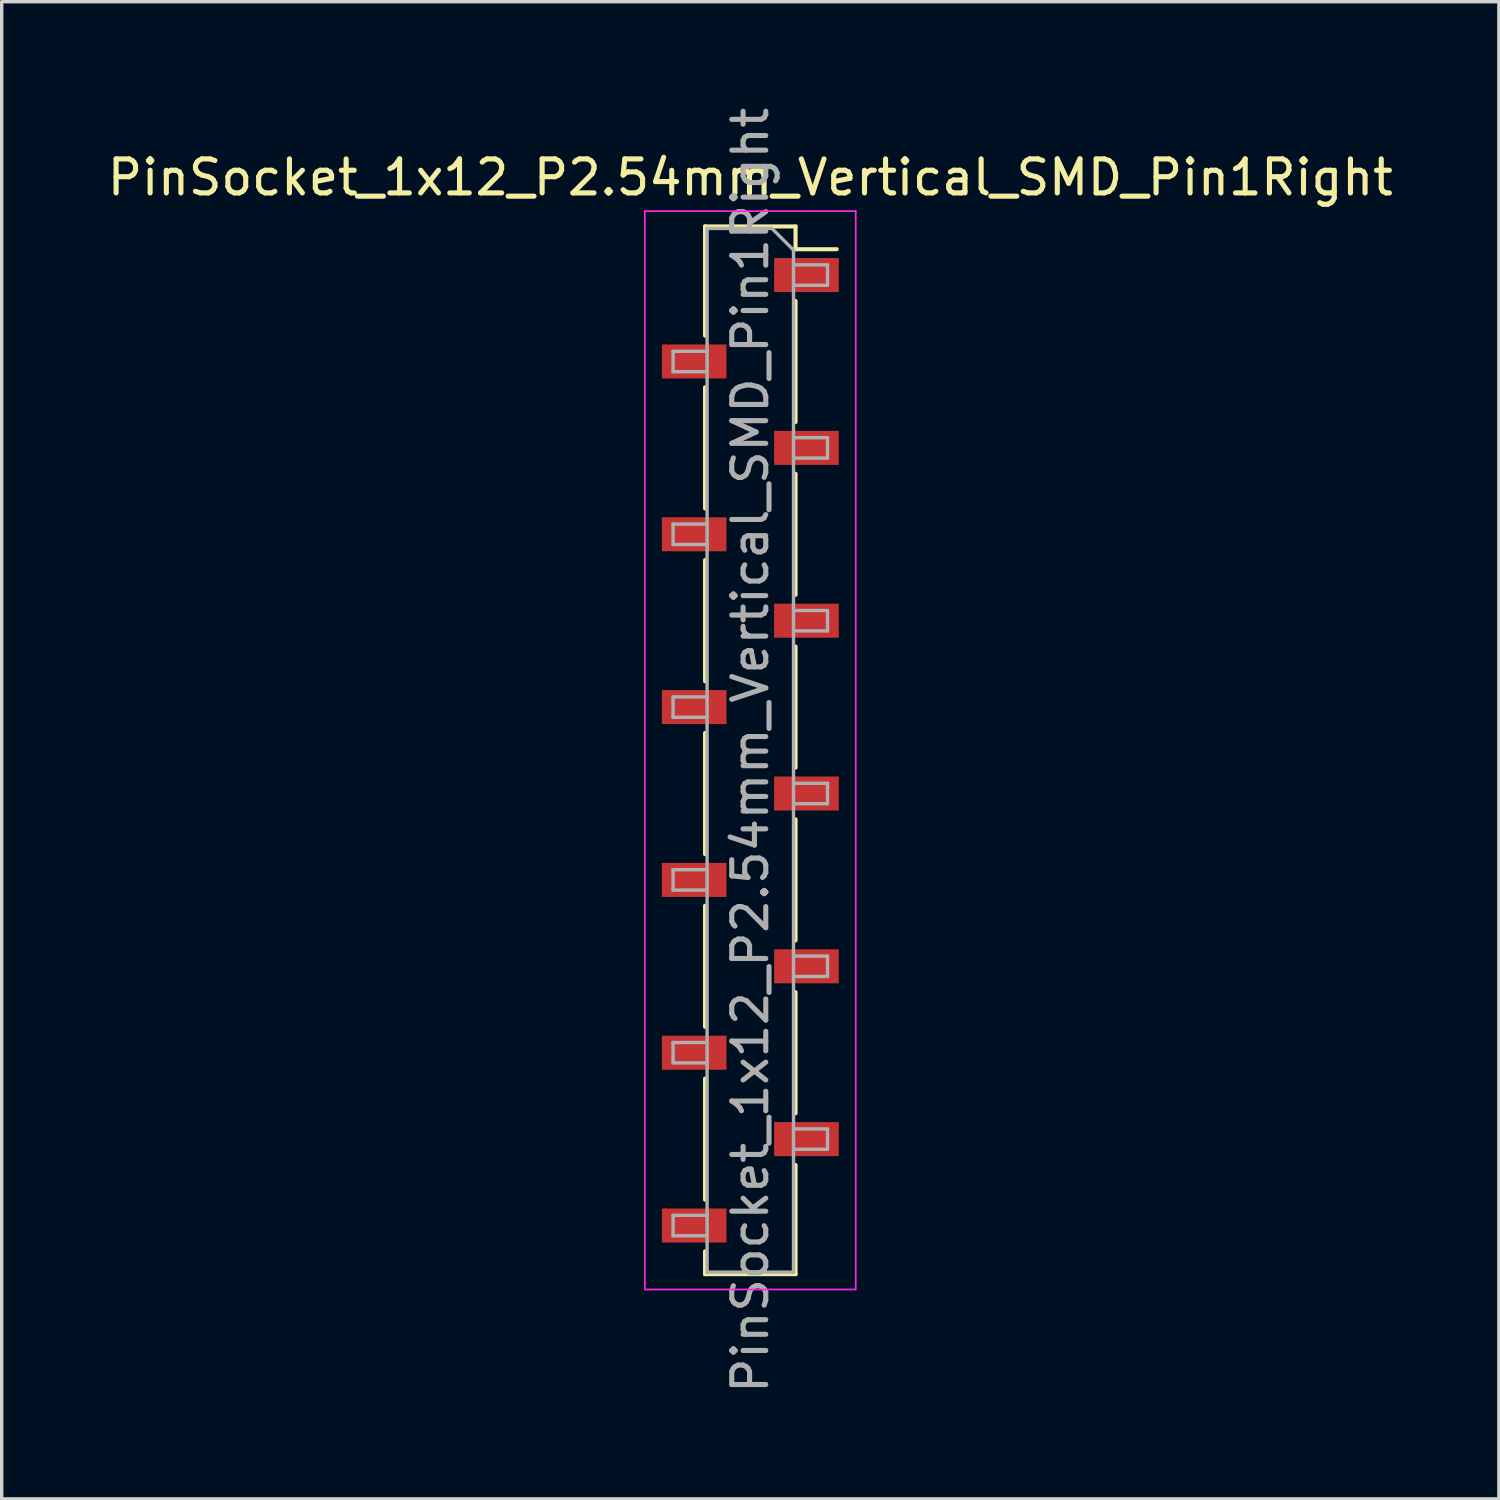
<source format=kicad_pcb>
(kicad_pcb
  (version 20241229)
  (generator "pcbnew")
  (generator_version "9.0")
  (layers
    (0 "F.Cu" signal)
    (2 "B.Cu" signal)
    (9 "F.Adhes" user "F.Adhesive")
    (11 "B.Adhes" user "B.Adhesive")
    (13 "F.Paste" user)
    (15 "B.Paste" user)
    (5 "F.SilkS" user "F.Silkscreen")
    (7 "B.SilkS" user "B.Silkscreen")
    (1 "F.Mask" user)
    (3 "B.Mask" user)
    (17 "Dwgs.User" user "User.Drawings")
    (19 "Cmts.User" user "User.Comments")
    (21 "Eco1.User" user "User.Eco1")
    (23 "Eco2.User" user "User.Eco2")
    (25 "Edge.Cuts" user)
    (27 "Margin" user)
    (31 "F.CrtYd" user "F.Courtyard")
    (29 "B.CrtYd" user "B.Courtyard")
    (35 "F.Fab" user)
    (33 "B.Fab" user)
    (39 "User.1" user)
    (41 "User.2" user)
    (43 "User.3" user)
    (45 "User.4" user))
  (footprint "PinSocket_1x12_P2.54mm_Vertical_SMD_Pin1Right"
    (layer "F.Cu")
    (at 19.006 19.006)
    (property "Reference" "PinSocket_1x12_P2.54mm_Vertical_SMD_Pin1Right" (at 0 -16.84 0) (layer "F.SilkS") (effects (font (size 1 1) (thickness 0.15))))
    (attr smd)
    (fp_line (start -1.33 -15.4) (end -1.33 -12.19) (stroke (width 0.12) (type solid)) (layer "F.SilkS"))
    (fp_line (start -1.33 -15.4) (end 1.33 -15.4) (stroke (width 0.12) (type solid)) (layer "F.SilkS"))
    (fp_line (start -1.33 -10.67) (end -1.33 -7.11) (stroke (width 0.12) (type solid)) (layer "F.SilkS"))
    (fp_line (start -1.33 -5.59) (end -1.33 -2.03) (stroke (width 0.12) (type solid)) (layer "F.SilkS"))
    (fp_line (start -1.33 -0.51) (end -1.33 3.05) (stroke (width 0.12) (type solid)) (layer "F.SilkS"))
    (fp_line (start -1.33 4.57) (end -1.33 8.13) (stroke (width 0.12) (type solid)) (layer "F.SilkS"))
    (fp_line (start -1.33 9.65) (end -1.33 13.21) (stroke (width 0.12) (type solid)) (layer "F.SilkS"))
    (fp_line (start -1.33 14.73) (end -1.33 15.4) (stroke (width 0.12) (type solid)) (layer "F.SilkS"))
    (fp_line (start -1.33 15.4) (end 1.33 15.4) (stroke (width 0.12) (type solid)) (layer "F.SilkS"))
    (fp_line (start 1.33 -15.4) (end 1.33 -14.73) (stroke (width 0.12) (type solid)) (layer "F.SilkS"))
    (fp_line (start 1.33 -14.73) (end 2.54 -14.73) (stroke (width 0.12) (type solid)) (layer "F.SilkS"))
    (fp_line (start 1.33 -13.21) (end 1.33 -9.65) (stroke (width 0.12) (type solid)) (layer "F.SilkS"))
    (fp_line (start 1.33 -8.13) (end 1.33 -4.57) (stroke (width 0.12) (type solid)) (layer "F.SilkS"))
    (fp_line (start 1.33 -3.05) (end 1.33 0.51) (stroke (width 0.12) (type solid)) (layer "F.SilkS"))
    (fp_line (start 1.33 2.03) (end 1.33 5.59) (stroke (width 0.12) (type solid)) (layer "F.SilkS"))
    (fp_line (start 1.33 7.11) (end 1.33 10.67) (stroke (width 0.12) (type solid)) (layer "F.SilkS"))
    (fp_line (start 1.33 12.19) (end 1.33 15.4) (stroke (width 0.12) (type solid)) (layer "F.SilkS"))
    (fp_line (start -3.1 -15.85) (end 3.1 -15.85) (stroke (width 0.05) (type solid)) (layer "F.CrtYd"))
    (fp_line (start -3.1 15.85) (end -3.1 -15.85) (stroke (width 0.05) (type solid)) (layer "F.CrtYd"))
    (fp_line (start 3.1 -15.85) (end 3.1 15.85) (stroke (width 0.05) (type solid)) (layer "F.CrtYd"))
    (fp_line (start 3.1 15.85) (end -3.1 15.85) (stroke (width 0.05) (type solid)) (layer "F.CrtYd"))
    (fp_line (start -2.27 -11.73) (end -1.27 -11.73) (stroke (width 0.1) (type solid)) (layer "F.Fab"))
    (fp_line (start -2.27 -11.13) (end -2.27 -11.73) (stroke (width 0.1) (type solid)) (layer "F.Fab"))
    (fp_line (start -2.27 -6.65) (end -1.27 -6.65) (stroke (width 0.1) (type solid)) (layer "F.Fab"))
    (fp_line (start -2.27 -6.05) (end -2.27 -6.65) (stroke (width 0.1) (type solid)) (layer "F.Fab"))
    (fp_line (start -2.27 -1.57) (end -1.27 -1.57) (stroke (width 0.1) (type solid)) (layer "F.Fab"))
    (fp_line (start -2.27 -0.97) (end -2.27 -1.57) (stroke (width 0.1) (type solid)) (layer "F.Fab"))
    (fp_line (start -2.27 3.51) (end -1.27 3.51) (stroke (width 0.1) (type solid)) (layer "F.Fab"))
    (fp_line (start -2.27 4.11) (end -2.27 3.51) (stroke (width 0.1) (type solid)) (layer "F.Fab"))
    (fp_line (start -2.27 8.59) (end -1.27 8.59) (stroke (width 0.1) (type solid)) (layer "F.Fab"))
    (fp_line (start -2.27 9.19) (end -2.27 8.59) (stroke (width 0.1) (type solid)) (layer "F.Fab"))
    (fp_line (start -2.27 13.67) (end -1.27 13.67) (stroke (width 0.1) (type solid)) (layer "F.Fab"))
    (fp_line (start -2.27 14.27) (end -2.27 13.67) (stroke (width 0.1) (type solid)) (layer "F.Fab"))
    (fp_line (start -1.27 -15.34) (end 0.635 -15.34) (stroke (width 0.1) (type solid)) (layer "F.Fab"))
    (fp_line (start -1.27 -11.13) (end -2.27 -11.13) (stroke (width 0.1) (type solid)) (layer "F.Fab"))
    (fp_line (start -1.27 -6.05) (end -2.27 -6.05) (stroke (width 0.1) (type solid)) (layer "F.Fab"))
    (fp_line (start -1.27 -0.97) (end -2.27 -0.97) (stroke (width 0.1) (type solid)) (layer "F.Fab"))
    (fp_line (start -1.27 4.11) (end -2.27 4.11) (stroke (width 0.1) (type solid)) (layer "F.Fab"))
    (fp_line (start -1.27 9.19) (end -2.27 9.19) (stroke (width 0.1) (type solid)) (layer "F.Fab"))
    (fp_line (start -1.27 14.27) (end -2.27 14.27) (stroke (width 0.1) (type solid)) (layer "F.Fab"))
    (fp_line (start -1.27 15.34) (end -1.27 -15.34) (stroke (width 0.1) (type solid)) (layer "F.Fab"))
    (fp_line (start 0.635 -15.34) (end 1.27 -14.705) (stroke (width 0.1) (type solid)) (layer "F.Fab"))
    (fp_line (start 1.27 -14.705) (end 1.27 15.34) (stroke (width 0.1) (type solid)) (layer "F.Fab"))
    (fp_line (start 1.27 -14.27) (end 2.27 -14.27) (stroke (width 0.1) (type solid)) (layer "F.Fab"))
    (fp_line (start 1.27 -9.19) (end 2.27 -9.19) (stroke (width 0.1) (type solid)) (layer "F.Fab"))
    (fp_line (start 1.27 -4.11) (end 2.27 -4.11) (stroke (width 0.1) (type solid)) (layer "F.Fab"))
    (fp_line (start 1.27 0.97) (end 2.27 0.97) (stroke (width 0.1) (type solid)) (layer "F.Fab"))
    (fp_line (start 1.27 6.05) (end 2.27 6.05) (stroke (width 0.1) (type solid)) (layer "F.Fab"))
    (fp_line (start 1.27 11.13) (end 2.27 11.13) (stroke (width 0.1) (type solid)) (layer "F.Fab"))
    (fp_line (start 1.27 15.34) (end -1.27 15.34) (stroke (width 0.1) (type solid)) (layer "F.Fab"))
    (fp_line (start 2.27 -14.27) (end 2.27 -13.67) (stroke (width 0.1) (type solid)) (layer "F.Fab"))
    (fp_line (start 2.27 -13.67) (end 1.27 -13.67) (stroke (width 0.1) (type solid)) (layer "F.Fab"))
    (fp_line (start 2.27 -9.19) (end 2.27 -8.59) (stroke (width 0.1) (type solid)) (layer "F.Fab"))
    (fp_line (start 2.27 -8.59) (end 1.27 -8.59) (stroke (width 0.1) (type solid)) (layer "F.Fab"))
    (fp_line (start 2.27 -4.11) (end 2.27 -3.51) (stroke (width 0.1) (type solid)) (layer "F.Fab"))
    (fp_line (start 2.27 -3.51) (end 1.27 -3.51) (stroke (width 0.1) (type solid)) (layer "F.Fab"))
    (fp_line (start 2.27 0.97) (end 2.27 1.57) (stroke (width 0.1) (type solid)) (layer "F.Fab"))
    (fp_line (start 2.27 1.57) (end 1.27 1.57) (stroke (width 0.1) (type solid)) (layer "F.Fab"))
    (fp_line (start 2.27 6.05) (end 2.27 6.65) (stroke (width 0.1) (type solid)) (layer "F.Fab"))
    (fp_line (start 2.27 6.65) (end 1.27 6.65) (stroke (width 0.1) (type solid)) (layer "F.Fab"))
    (fp_line (start 2.27 11.13) (end 2.27 11.73) (stroke (width 0.1) (type solid)) (layer "F.Fab"))
    (fp_line (start 2.27 11.73) (end 1.27 11.73) (stroke (width 0.1) (type solid)) (layer "F.Fab"))
    (fp_text user "${REFERENCE}" (at 0 0 90) (layer "F.Fab") (effects (font (size 1 1) (thickness 0.15))))
    (pad "1" smd rect (at 1.65 -13.97) (size 1.9 1) (layers "F.Cu" "F.Mask" "F.Paste"))
    (pad "2" smd rect (at -1.65 -11.43) (size 1.9 1) (layers "F.Cu" "F.Mask" "F.Paste"))
    (pad "3" smd rect (at 1.65 -8.89) (size 1.9 1) (layers "F.Cu" "F.Mask" "F.Paste"))
    (pad "4" smd rect (at -1.65 -6.35) (size 1.9 1) (layers "F.Cu" "F.Mask" "F.Paste"))
    (pad "5" smd rect (at 1.65 -3.81) (size 1.9 1) (layers "F.Cu" "F.Mask" "F.Paste"))
    (pad "6" smd rect (at -1.65 -1.27) (size 1.9 1) (layers "F.Cu" "F.Mask" "F.Paste"))
    (pad "7" smd rect (at 1.65 1.27) (size 1.9 1) (layers "F.Cu" "F.Mask" "F.Paste"))
    (pad "8" smd rect (at -1.65 3.81) (size 1.9 1) (layers "F.Cu" "F.Mask" "F.Paste"))
    (pad "9" smd rect (at 1.65 6.35) (size 1.9 1) (layers "F.Cu" "F.Mask" "F.Paste"))
    (pad "10" smd rect (at -1.65 8.89) (size 1.9 1) (layers "F.Cu" "F.Mask" "F.Paste"))
    (pad "11" smd rect (at 1.65 11.43) (size 1.9 1) (layers "F.Cu" "F.Mask" "F.Paste"))
    (pad "12" smd rect (at -1.65 13.97) (size 1.9 1) (layers "F.Cu" "F.Mask" "F.Paste")))
  (gr_rect
    (start -3 -3)
    (end 41.012 41.012)
    (stroke (width 0.1) (type default))
    (fill no)
    (layer "Edge.Cuts")))
</source>
